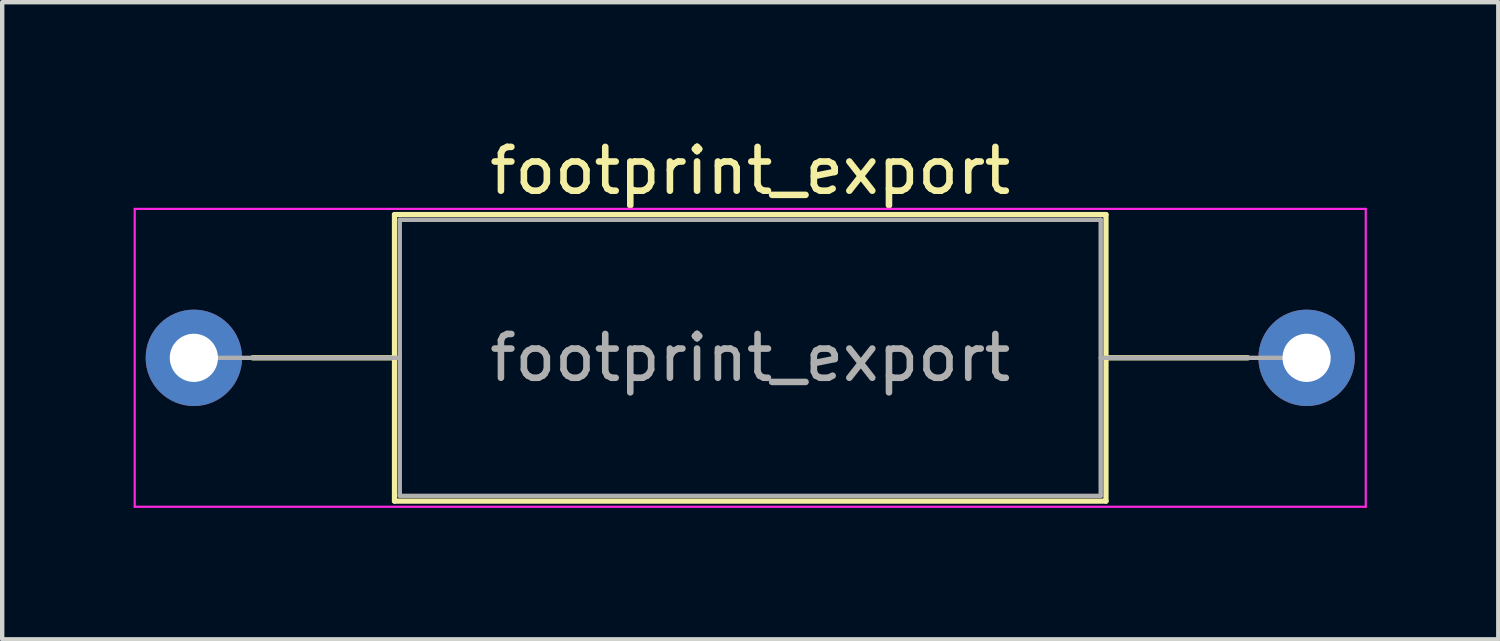
<source format=kicad_pcb>
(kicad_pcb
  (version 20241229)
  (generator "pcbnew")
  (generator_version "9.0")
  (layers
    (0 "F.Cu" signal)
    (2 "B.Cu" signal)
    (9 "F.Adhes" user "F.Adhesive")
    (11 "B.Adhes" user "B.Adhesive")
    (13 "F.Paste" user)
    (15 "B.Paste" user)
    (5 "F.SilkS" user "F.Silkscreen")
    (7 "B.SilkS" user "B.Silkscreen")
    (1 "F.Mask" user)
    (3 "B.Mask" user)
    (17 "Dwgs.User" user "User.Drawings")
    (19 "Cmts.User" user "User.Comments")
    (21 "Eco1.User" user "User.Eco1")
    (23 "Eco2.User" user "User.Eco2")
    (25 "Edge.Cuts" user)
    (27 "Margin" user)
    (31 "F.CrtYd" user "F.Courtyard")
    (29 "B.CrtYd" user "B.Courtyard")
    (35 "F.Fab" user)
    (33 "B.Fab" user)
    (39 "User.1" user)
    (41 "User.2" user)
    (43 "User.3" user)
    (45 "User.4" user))
  (footprint "footprint_export"
    (layer "F.Cu")
    (at 1.375 5.118)
    (property "Reference" "footprint_export" (at 12.7 -4.27 0) (layer "F.SilkS") (effects (font (size 1 1) (thickness 0.15))))
    (attr through_hole)
    (fp_line (start 1.34 0) (end 4.58 0) (stroke (width 0.12) (type solid)) (layer "F.SilkS"))
    (fp_line (start 4.58 -3.27) (end 4.58 3.27) (stroke (width 0.12) (type solid)) (layer "F.SilkS"))
    (fp_line (start 4.58 3.27) (end 20.82 3.27) (stroke (width 0.12) (type solid)) (layer "F.SilkS"))
    (fp_line (start 20.82 -3.27) (end 4.58 -3.27) (stroke (width 0.12) (type solid)) (layer "F.SilkS"))
    (fp_line (start 20.82 3.27) (end 20.82 -3.27) (stroke (width 0.12) (type solid)) (layer "F.SilkS"))
    (fp_line (start 24.06 0) (end 20.82 0) (stroke (width 0.12) (type solid)) (layer "F.SilkS"))
    (fp_line (start -1.35 -3.4) (end -1.35 3.4) (stroke (width 0.05) (type solid)) (layer "F.CrtYd"))
    (fp_line (start -1.35 3.4) (end 26.75 3.4) (stroke (width 0.05) (type solid)) (layer "F.CrtYd"))
    (fp_line (start 26.75 -3.4) (end -1.35 -3.4) (stroke (width 0.05) (type solid)) (layer "F.CrtYd"))
    (fp_line (start 26.75 3.4) (end 26.75 -3.4) (stroke (width 0.05) (type solid)) (layer "F.CrtYd"))
    (fp_line (start 0 0) (end 4.7 0) (stroke (width 0.1) (type solid)) (layer "F.Fab"))
    (fp_line (start 4.7 -3.15) (end 4.7 3.15) (stroke (width 0.1) (type solid)) (layer "F.Fab"))
    (fp_line (start 4.7 3.15) (end 20.7 3.15) (stroke (width 0.1) (type solid)) (layer "F.Fab"))
    (fp_line (start 20.7 -3.15) (end 4.7 -3.15) (stroke (width 0.1) (type solid)) (layer "F.Fab"))
    (fp_line (start 20.7 3.15) (end 20.7 -3.15) (stroke (width 0.1) (type solid)) (layer "F.Fab"))
    (fp_line (start 25.4 0) (end 20.7 0) (stroke (width 0.1) (type solid)) (layer "F.Fab"))
    (fp_text user "${REFERENCE}" (at 12.7 0 0) (layer "F.Fab") (effects (font (size 1 1) (thickness 0.15))))
    (pad "1" thru_hole circle (at 0 0) (size 2.2 2.2) (drill 1.1) (layers "*.Cu" "*.Mask"))
    (pad "2" thru_hole oval (at 25.4 0) (size 2.2 2.2) (drill 1.1) (layers "*.Cu" "*.Mask")))
  (gr_rect
    (start -3 -3)
    (end 31.15 11.543)
    (stroke (width 0.1) (type default))
    (fill no)
    (layer "Edge.Cuts")))
</source>
